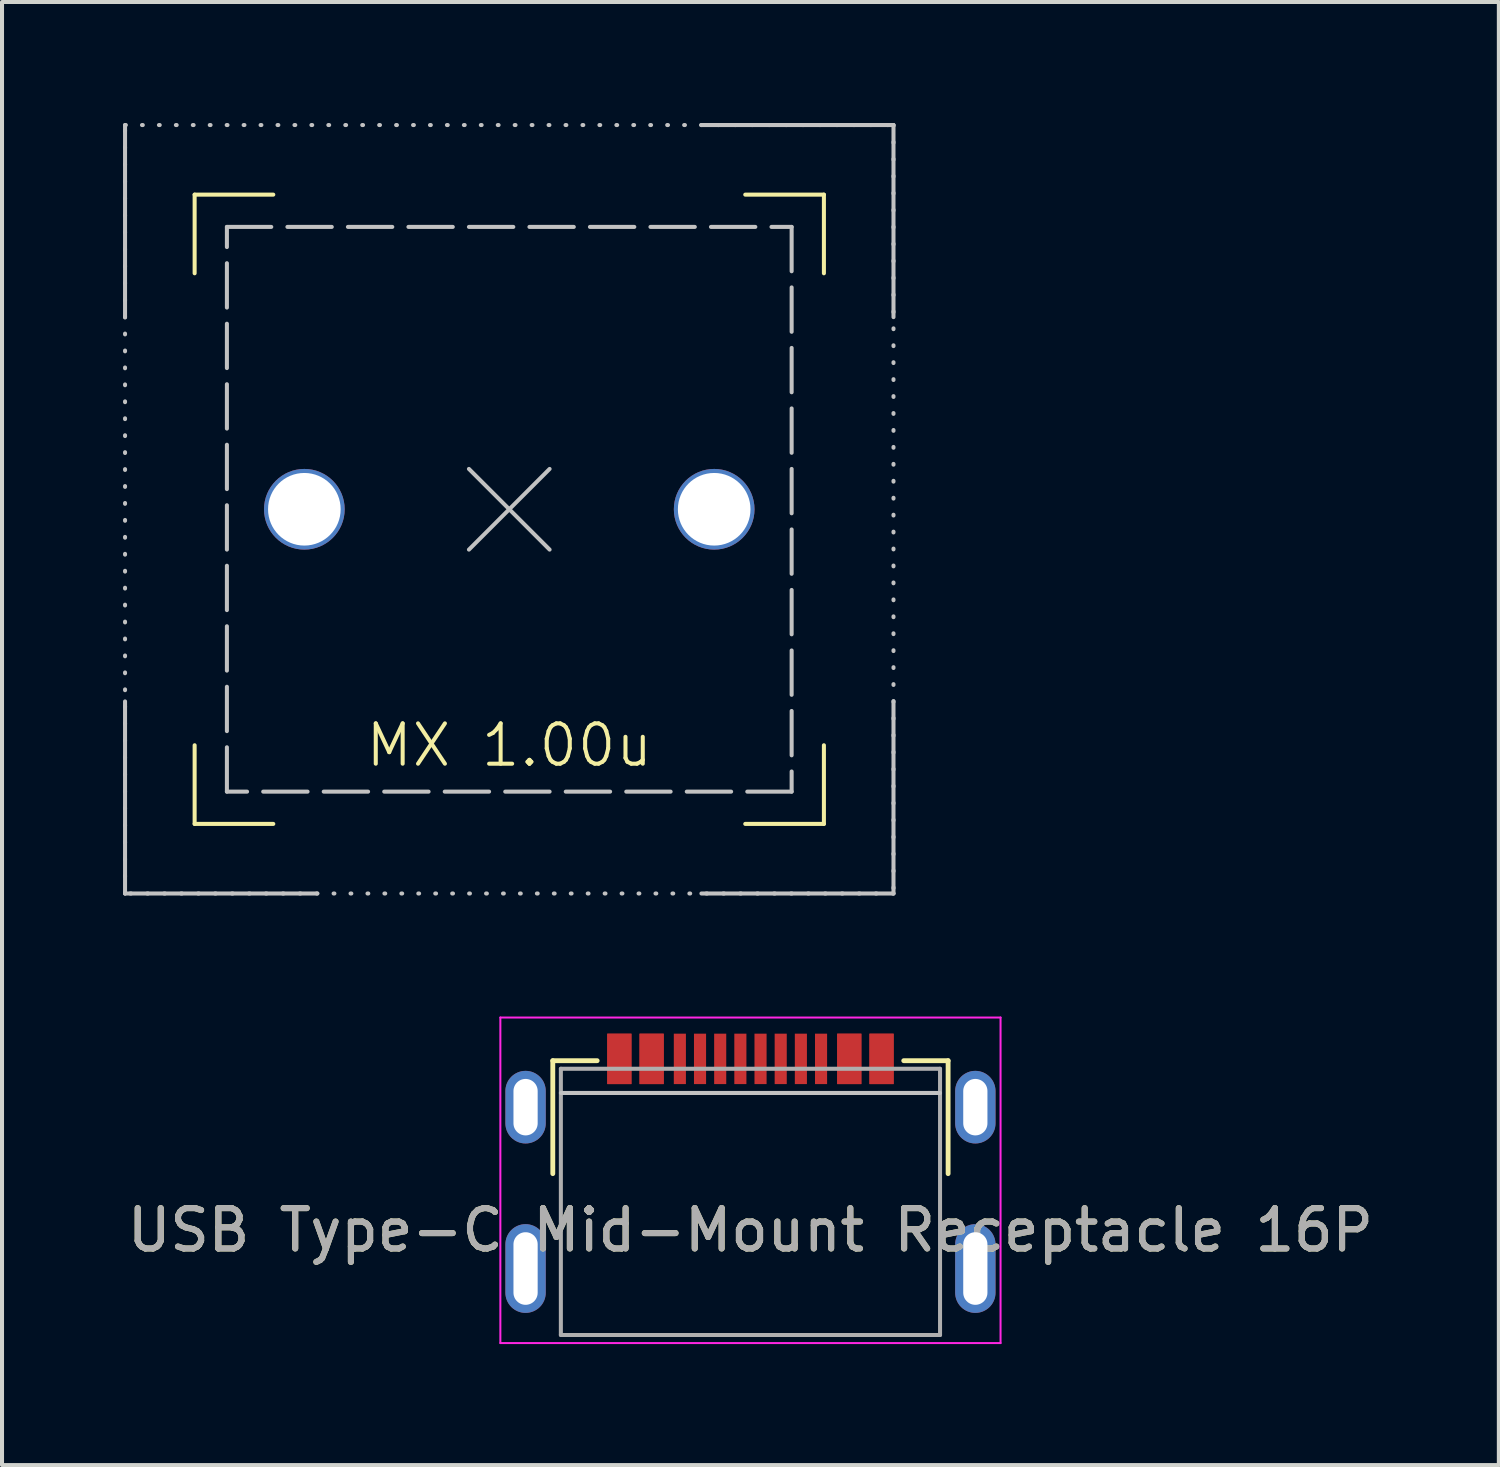
<source format=kicad_pcb>
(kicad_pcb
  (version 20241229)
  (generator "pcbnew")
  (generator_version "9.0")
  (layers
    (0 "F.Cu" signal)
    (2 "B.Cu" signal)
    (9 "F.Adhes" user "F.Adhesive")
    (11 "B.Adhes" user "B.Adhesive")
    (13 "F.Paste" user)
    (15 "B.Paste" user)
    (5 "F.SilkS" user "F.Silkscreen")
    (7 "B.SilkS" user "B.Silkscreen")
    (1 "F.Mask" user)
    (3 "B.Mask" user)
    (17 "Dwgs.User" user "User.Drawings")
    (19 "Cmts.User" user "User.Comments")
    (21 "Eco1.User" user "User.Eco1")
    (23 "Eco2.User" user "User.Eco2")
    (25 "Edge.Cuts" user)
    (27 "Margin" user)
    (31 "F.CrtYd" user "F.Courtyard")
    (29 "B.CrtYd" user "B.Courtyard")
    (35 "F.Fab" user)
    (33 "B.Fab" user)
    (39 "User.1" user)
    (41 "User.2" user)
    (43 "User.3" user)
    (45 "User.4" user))
  (footprint "USB Type-C Mid-Mount Receptacle 16P"
    (layer "F.Cu")
    (at 15.554 27.445)
    (property "Reference" "USB Type-C Mid-Mount Receptacle 16P" (at 0 0 0) (unlocked yes) (layer "F.SilkS") (effects (font (size 1 1) (thickness 0.15))))
    (attr smd)
    (fp_line (start -4.9 -1.4) (end -4.9 -4.2) (stroke (width 0.12) (type solid)) (layer "F.SilkS"))
    (fp_line (start -3.8 -4.2) (end -4.9 -4.2) (stroke (width 0.12) (type solid)) (layer "F.SilkS"))
    (fp_line (start 4.9 -4.2) (end 3.8 -4.2) (stroke (width 0.12) (type solid)) (layer "F.SilkS"))
    (fp_line (start 4.9 -1.4) (end 4.9 -4.2) (stroke (width 0.12) (type solid)) (layer "F.SilkS"))
    (fp_line (start 4.7 -3.4) (end -4.7 -3.4) (stroke (width 0.1) (type solid)) (layer "Dwgs.User"))
    (fp_line (start -6.2 -5.27) (end -6.2 2.8) (stroke (width 0.05) (type solid)) (layer "F.CrtYd"))
    (fp_line (start -6.2 -5.27) (end 6.2 -5.27) (stroke (width 0.05) (type solid)) (layer "F.CrtYd"))
    (fp_line (start -6.2 2.8) (end 6.2 2.8) (stroke (width 0.05) (type solid)) (layer "F.CrtYd"))
    (fp_line (start 6.2 -5.27) (end 6.2 2.8) (stroke (width 0.05) (type solid)) (layer "F.CrtYd"))
    (fp_line (start -4.7 -4) (end -4.7 2.6) (stroke (width 0.1) (type solid)) (layer "F.Fab"))
    (fp_line (start -4.7 -4) (end 4.7 -4) (stroke (width 0.1) (type solid)) (layer "F.Fab"))
    (fp_line (start -4.7 2.6) (end 4.7 2.6) (stroke (width 0.1) (type solid)) (layer "F.Fab"))
    (fp_line (start 4.7 -4) (end 4.7 2.6) (stroke (width 0.1) (type solid)) (layer "F.Fab"))
    (fp_text user "${REFERENCE}" (at 0 0 0) (layer "F.Fab") (effects (font (size 1 1) (thickness 0.15))))
    (pad "A1" smd rect (at -3.25 -4.045) (size 0.6 1.25) (drill (offset 0 -0.2)) (layers "F.Cu" "F.Mask" "F.Paste"))
    (pad "A4" smd rect (at -2.45 -4.045) (size 0.6 1.25) (drill (offset 0 -0.2)) (layers "F.Cu" "F.Mask" "F.Paste"))
    (pad "A5" smd rect (at -1.25 -4.045) (size 0.3 1.25) (drill (offset 0 -0.2)) (layers "F.Cu" "F.Mask" "F.Paste"))
    (pad "A6" smd rect (at -0.25 -4.045) (size 0.3 1.25) (drill (offset 0 -0.2)) (layers "F.Cu" "F.Mask" "F.Paste"))
    (pad "A7" smd rect (at 0.25 -4.045) (size 0.3 1.25) (drill (offset 0 -0.2)) (layers "F.Cu" "F.Mask" "F.Paste"))
    (pad "A8" smd rect (at 1.25 -4.045) (size 0.3 1.25) (drill (offset 0 -0.2)) (layers "F.Cu" "F.Mask" "F.Paste"))
    (pad "A9" smd rect (at 2.45 -4.045) (size 0.6 1.25) (drill (offset 0 -0.2)) (layers "F.Cu" "F.Mask" "F.Paste"))
    (pad "A12" smd rect (at 3.25 -4.045) (size 0.6 1.25) (drill (offset 0 -0.2)) (layers "F.Cu" "F.Mask" "F.Paste"))
    (pad "B1" smd rect (at 3.25 -4.045) (size 0.6 1.25) (drill (offset 0 -0.2)) (layers "F.Cu" "F.Mask" "F.Paste"))
    (pad "B4" smd rect (at 2.45 -4.045) (size 0.6 1.25) (drill (offset 0 -0.2)) (layers "F.Cu" "F.Mask" "F.Paste"))
    (pad "B5" smd rect (at 1.75 -4.045) (size 0.3 1.25) (drill (offset 0 -0.2)) (layers "F.Cu" "F.Mask" "F.Paste"))
    (pad "B6" smd rect (at 0.75 -4.045) (size 0.3 1.25) (drill (offset 0 -0.2)) (layers "F.Cu" "F.Mask" "F.Paste"))
    (pad "B7" smd rect (at -0.75 -4.045) (size 0.3 1.25) (drill (offset 0 -0.2)) (layers "F.Cu" "F.Mask" "F.Paste"))
    (pad "B8" smd rect (at -1.75 -4.045) (size 0.3 1.25) (drill (offset 0 -0.2)) (layers "F.Cu" "F.Mask" "F.Paste"))
    (pad "B9" smd rect (at -2.45 -4.045) (size 0.6 1.25) (drill (offset 0 -0.2)) (layers "F.Cu" "F.Mask" "F.Paste"))
    (pad "B12" smd rect (at -3.25 -4.045) (size 0.6 1.25) (drill (offset 0 -0.2)) (layers "F.Cu" "F.Mask" "F.Paste"))
    (pad "S1" thru_hole oval (at -5.575 -3.048) (size 1 1.8) (drill oval 0.6 1.4) (layers "*.Cu" "*.Mask"))
    (pad "S1" thru_hole oval (at -5.575 0.952) (size 1 2.2) (drill oval 0.6 1.8) (layers "*.Cu" "*.Mask"))
    (pad "S1" thru_hole oval (at 5.575 -3.048) (size 1 1.8) (drill oval 0.6 1.4) (layers "*.Cu" "*.Mask"))
    (pad "S1" thru_hole oval (at 5.575 0.952) (size 1 2.2) (drill oval 0.6 1.8) (layers "*.Cu" "*.Mask"))
    (zone (net_name "") (layers "F.Cu" "B.Cu" "F.SilkS" "B.SilkS" "F.Paste" "B.Paste") (hatch edge 0.508) (connect_pads) (min_thickness 0.254) (filled_areas_thickness no) (keepout (tracks not_allowed) (vias not_allowed) (pads not_allowed) (copperpour not_allowed) (footprints not_allowed)) (placement (enabled no)) (fill) (polygon (pts (xy 20.104 30.045) (xy 11.004 30.045) (xy 11.004 24.045) (xy 20.104 24.045)))))
  (footprint "MX 1.00u"
    (layer "F.Cu")
    (at 9.575 9.575)
    (property "Reference" "MX 1.00u" (at 0 5.85 0) (unlocked yes) (layer "F.SilkS") (effects (font (size 1 1) (thickness 0.1))))
    (attr smd)
    (fp_line (start -7.8 -7.8) (end -5.85 -7.8) (stroke (width 0.1) (type default)) (layer "F.SilkS"))
    (fp_line (start -7.8 -5.85) (end -7.8 -7.8) (stroke (width 0.1) (type default)) (layer "F.SilkS"))
    (fp_line (start -7.8 7.8) (end -7.8 5.85) (stroke (width 0.1) (type default)) (layer "F.SilkS"))
    (fp_line (start -5.85 7.8) (end -7.8 7.8) (stroke (width 0.1) (type default)) (layer "F.SilkS"))
    (fp_line (start 5.85 -7.8) (end 7.8 -7.8) (stroke (width 0.1) (type default)) (layer "F.SilkS"))
    (fp_line (start 7.8 -7.8) (end 7.8 -5.85) (stroke (width 0.1) (type default)) (layer "F.SilkS"))
    (fp_line (start 7.8 5.85) (end 7.8 7.8) (stroke (width 0.1) (type default)) (layer "F.SilkS"))
    (fp_line (start 7.8 7.8) (end 5.85 7.8) (stroke (width 0.1) (type default)) (layer "F.SilkS"))
    (fp_line (start -9.525 -9.525) (end -9.525 -4.763) (stroke (width 0.1) (type default)) (layer "Dwgs.User"))
    (fp_line (start -9.525 4.763) (end -9.525 9.525) (stroke (width 0.1) (type default)) (layer "Dwgs.User"))
    (fp_line (start -9.525 9.525) (end -4.763 9.525) (stroke (width 0.1) (type default)) (layer "Dwgs.User"))
    (fp_line (start -1 -1) (end 1 1) (stroke (width 0.1) (type default)) (layer "Dwgs.User"))
    (fp_line (start 1 -1) (end -1 1) (stroke (width 0.1) (type default)) (layer "Dwgs.User"))
    (fp_line (start 4.763 9.525) (end 9.525 9.525) (stroke (width 0.1) (type default)) (layer "Dwgs.User"))
    (fp_line (start 9.525 -9.525) (end 4.763 -9.525) (stroke (width 0.1) (type default)) (layer "Dwgs.User"))
    (fp_line (start 9.525 -4.763) (end 9.525 -9.525) (stroke (width 0.1) (type default)) (layer "Dwgs.User"))
    (fp_line (start 9.525 9.525) (end 9.525 4.763) (stroke (width 0.1) (type default)) (layer "Dwgs.User"))
    (fp_rect (start -9.525 -9.525) (end 9.525 9.525) (stroke (width 0.1) (type dot)) (fill no) (layer "Dwgs.User"))
    (fp_rect (start -7 -7) (end 7 7) (stroke (width 0.1) (type dash)) (fill no) (layer "Dwgs.User"))
    (fp_line (start -4.763 -9.525) (end -9.525 -9.525) (stroke (width 0.1) (type default)) (layer "Eco1.User"))
    (pad "1" thru_hole circle (at -5.08 0) (size 2 2) (drill 1.8) (layers "*.Cu" "*.Mask"))
    (pad "1" thru_hole circle (at 5.08 0) (size 2 2) (drill 1.8) (layers "*.Cu" "*.Mask")))
  (gr_rect
    (start -3 -3)
    (end 34.107 33.27)
    (stroke (width 0.1) (type default))
    (fill no)
    (layer "Edge.Cuts")))
</source>
